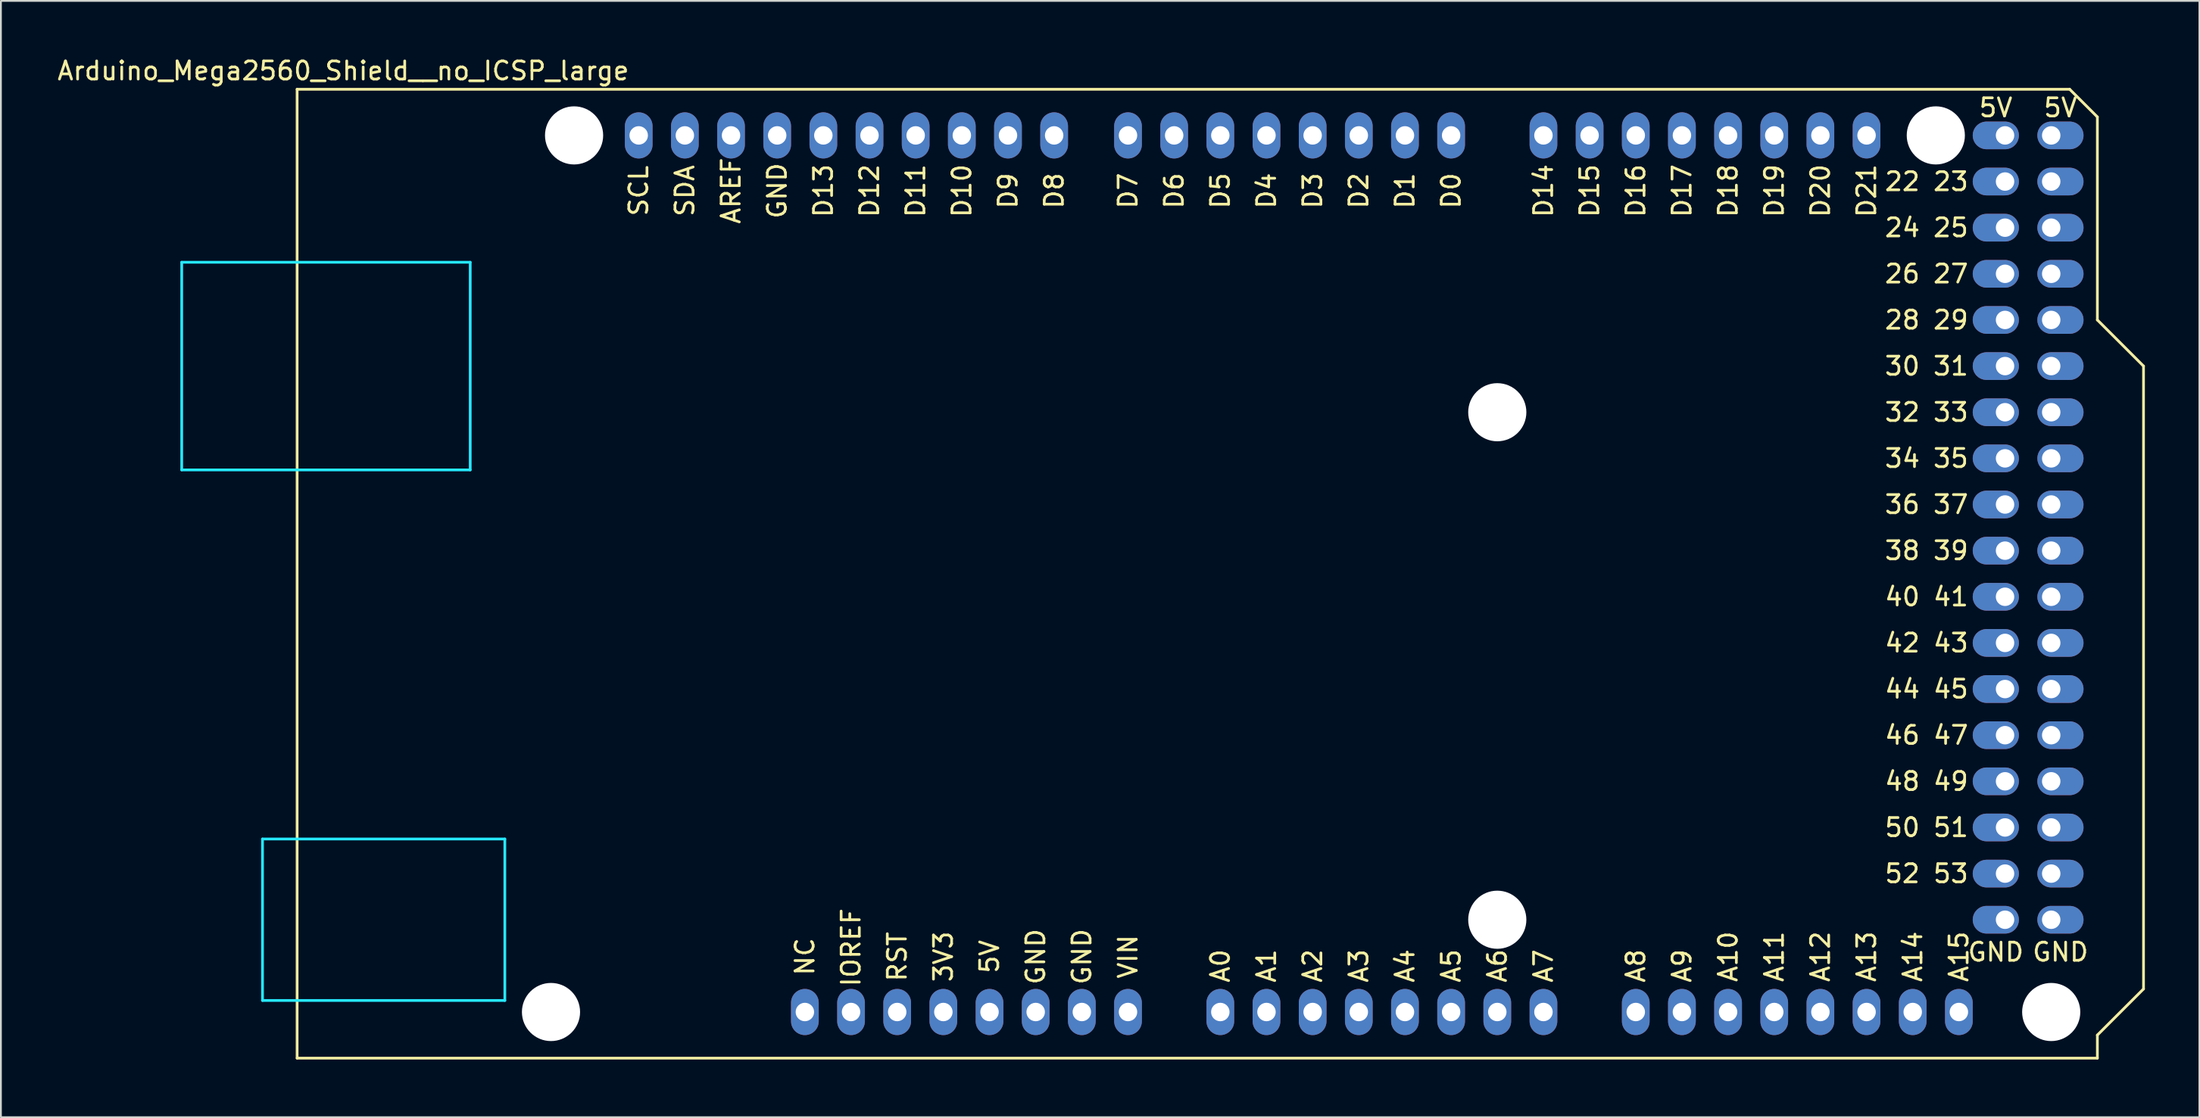
<source format=kicad_pcb>
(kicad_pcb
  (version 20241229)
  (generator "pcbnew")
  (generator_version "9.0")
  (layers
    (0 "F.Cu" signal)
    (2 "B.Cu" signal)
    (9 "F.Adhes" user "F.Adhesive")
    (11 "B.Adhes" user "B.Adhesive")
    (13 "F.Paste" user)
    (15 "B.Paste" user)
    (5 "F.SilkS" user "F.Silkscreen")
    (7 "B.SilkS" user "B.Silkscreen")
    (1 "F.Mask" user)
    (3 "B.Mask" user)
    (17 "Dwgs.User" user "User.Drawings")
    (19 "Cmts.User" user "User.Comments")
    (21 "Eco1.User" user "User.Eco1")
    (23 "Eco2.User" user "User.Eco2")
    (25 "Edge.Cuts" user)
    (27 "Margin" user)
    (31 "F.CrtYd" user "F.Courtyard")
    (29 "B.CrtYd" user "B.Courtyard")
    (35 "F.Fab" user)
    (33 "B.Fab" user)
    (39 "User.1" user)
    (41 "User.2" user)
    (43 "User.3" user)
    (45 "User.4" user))
  (footprint "Arduino_Mega2560_Shield__no_ICSP_large"
    (layer "F.Cu")
    (at 13.299 55.204)
    (property "Reference" "Arduino_Mega2560_Shield__no_ICSP_large" (at 2.54 -54.356 0) (layer "F.SilkS") (effects (font (size 1 1) (thickness 0.15))))
    (attr through_hole)
    (fp_line (start 0 -53.34) (end 0 0) (stroke (width 0.15) (type solid)) (layer "F.SilkS"))
    (fp_line (start 0 -53.34) (end 97.536 -53.34) (stroke (width 0.15) (type solid)) (layer "F.SilkS"))
    (fp_line (start 0 0) (end 99.06 0) (stroke (width 0.15) (type solid)) (layer "F.SilkS"))
    (fp_line (start 97.536 -53.34) (end 99.06 -51.816) (stroke (width 0.15) (type solid)) (layer "F.SilkS"))
    (fp_line (start 99.06 -40.64) (end 99.06 -51.816) (stroke (width 0.15) (type solid)) (layer "F.SilkS"))
    (fp_line (start 99.06 -1.27) (end 101.6 -3.81) (stroke (width 0.15) (type solid)) (layer "F.SilkS"))
    (fp_line (start 99.06 0) (end 99.06 -1.27) (stroke (width 0.15) (type solid)) (layer "F.SilkS"))
    (fp_line (start 101.6 -38.1) (end 99.06 -40.64) (stroke (width 0.15) (type solid)) (layer "F.SilkS"))
    (fp_line (start 101.6 -3.81) (end 101.6 -38.1) (stroke (width 0.15) (type solid)) (layer "F.SilkS"))
    (fp_line (start -6.35 -43.815) (end -6.35 -32.385) (stroke (width 0.15) (type solid)) (layer "B.CrtYd"))
    (fp_line (start -1.905 -12.065) (end -1.905 -3.175) (stroke (width 0.15) (type solid)) (layer "B.CrtYd"))
    (fp_line (start -1.905 -12.065) (end 11.43 -12.065) (stroke (width 0.15) (type solid)) (layer "B.CrtYd"))
    (fp_line (start -1.905 -3.175) (end 11.43 -3.175) (stroke (width 0.15) (type solid)) (layer "B.CrtYd"))
    (fp_line (start 9.525 -43.815) (end -6.35 -43.815) (stroke (width 0.15) (type solid)) (layer "B.CrtYd"))
    (fp_line (start 9.525 -43.815) (end 9.525 -32.385) (stroke (width 0.15) (type solid)) (layer "B.CrtYd"))
    (fp_line (start 9.525 -32.385) (end -6.35 -32.385) (stroke (width 0.15) (type solid)) (layer "B.CrtYd"))
    (fp_line (start 11.43 -12.065) (end 11.43 -3.175) (stroke (width 0.15) (type solid)) (layer "B.CrtYd"))
    (fp_text user "30 31" (at 89.662 -38.1 0) (layer "F.SilkS") (effects (font (size 1 1) (thickness 0.15))))
    (fp_text user "AREF" (at 23.876 -47.752 90) (layer "F.SilkS") (effects (font (size 1 1) (thickness 0.15))))
    (fp_text user "A1" (at 53.34 -5.08 90) (layer "F.SilkS") (effects (font (size 1 1) (thickness 0.15))))
    (fp_text user "44 45" (at 89.662 -20.32 0) (layer "F.SilkS") (effects (font (size 1 1) (thickness 0.15))))
    (fp_text user "SDA" (at 21.336 -47.752 90) (layer "F.SilkS") (effects (font (size 1 1) (thickness 0.15))))
    (fp_text user "28 29" (at 89.662 -40.64 0) (layer "F.SilkS") (effects (font (size 1 1) (thickness 0.15))))
    (fp_text user "GND" (at 40.64 -5.588 90) (layer "F.SilkS") (effects (font (size 1 1) (thickness 0.15))))
    (fp_text user "IOREF" (at 30.48 -6.096 90) (layer "F.SilkS") (effects (font (size 1 1) (thickness 0.15))))
    (fp_text user "3V3" (at 35.56 -5.588 90) (layer "F.SilkS") (effects (font (size 1 1) (thickness 0.15))))
    (fp_text user "GND" (at 97.028 -5.842 0) (layer "F.SilkS") (effects (font (size 1 1) (thickness 0.15))))
    (fp_text user "A4" (at 60.96 -5.08 90) (layer "F.SilkS") (effects (font (size 1 1) (thickness 0.15))))
    (fp_text user "D1" (at 60.96 -47.752 90) (layer "F.SilkS") (effects (font (size 1 1) (thickness 0.15))))
    (fp_text user "A7" (at 68.58 -5.08 90) (layer "F.SilkS") (effects (font (size 1 1) (thickness 0.15))))
    (fp_text user "A10" (at 78.74 -5.588 90) (layer "F.SilkS") (effects (font (size 1 1) (thickness 0.15))))
    (fp_text user "D11" (at 34.036 -47.752 90) (layer "F.SilkS") (effects (font (size 1 1) (thickness 0.15))))
    (fp_text user "D9" (at 39.116 -47.752 90) (layer "F.SilkS") (effects (font (size 1 1) (thickness 0.15))))
    (fp_text user "D16" (at 73.66 -47.752 90) (layer "F.SilkS") (effects (font (size 1 1) (thickness 0.15))))
    (fp_text user "D2" (at 58.42 -47.752 90) (layer "F.SilkS") (effects (font (size 1 1) (thickness 0.15))))
    (fp_text user "A8" (at 73.66 -5.08 90) (layer "F.SilkS") (effects (font (size 1 1) (thickness 0.15))))
    (fp_text user "46 47" (at 89.662 -17.78 0) (layer "F.SilkS") (effects (font (size 1 1) (thickness 0.15))))
    (fp_text user "5V" (at 93.472 -52.324 0) (layer "F.SilkS") (effects (font (size 1 1) (thickness 0.15))))
    (fp_text user "A5" (at 63.5 -5.08 90) (layer "F.SilkS") (effects (font (size 1 1) (thickness 0.15))))
    (fp_text user "A9" (at 76.2 -5.08 90) (layer "F.SilkS") (effects (font (size 1 1) (thickness 0.15))))
    (fp_text user "A14" (at 88.9 -5.588 90) (layer "F.SilkS") (effects (font (size 1 1) (thickness 0.15))))
    (fp_text user "D13" (at 28.956 -47.752 90) (layer "F.SilkS") (effects (font (size 1 1) (thickness 0.15))))
    (fp_text user "A13" (at 86.36 -5.588 90) (layer "F.SilkS") (effects (font (size 1 1) (thickness 0.15))))
    (fp_text user "24 25" (at 89.662 -45.72 0) (layer "F.SilkS") (effects (font (size 1 1) (thickness 0.15))))
    (fp_text user "A15" (at 91.44 -5.588 90) (layer "F.SilkS") (effects (font (size 1 1) (thickness 0.15))))
    (fp_text user "D7" (at 45.72 -47.752 90) (layer "F.SilkS") (effects (font (size 1 1) (thickness 0.15))))
    (fp_text user "5V" (at 38.1 -5.588 90) (layer "F.SilkS") (effects (font (size 1 1) (thickness 0.15))))
    (fp_text user "D18" (at 78.74 -47.752 90) (layer "F.SilkS") (effects (font (size 1 1) (thickness 0.15))))
    (fp_text user "D14" (at 68.58 -47.752 90) (layer "F.SilkS") (effects (font (size 1 1) (thickness 0.15))))
    (fp_text user "GND" (at 26.416 -47.752 90) (layer "F.SilkS") (effects (font (size 1 1) (thickness 0.15))))
    (fp_text user "A2" (at 55.88 -5.08 90) (layer "F.SilkS") (effects (font (size 1 1) (thickness 0.15))))
    (fp_text user "SCL" (at 18.796 -47.752 90) (layer "F.SilkS") (effects (font (size 1 1) (thickness 0.15))))
    (fp_text user "52 53" (at 89.662 -10.16 0) (layer "F.SilkS") (effects (font (size 1 1) (thickness 0.15))))
    (fp_text user "GND" (at 43.18 -5.588 90) (layer "F.SilkS") (effects (font (size 1 1) (thickness 0.15))))
    (fp_text user "48 49" (at 89.662 -15.24 0) (layer "F.SilkS") (effects (font (size 1 1) (thickness 0.15))))
    (fp_text user "50 51" (at 89.662 -12.7 0) (layer "F.SilkS") (effects (font (size 1 1) (thickness 0.15))))
    (fp_text user "32 33" (at 89.662 -35.56 0) (layer "F.SilkS") (effects (font (size 1 1) (thickness 0.15))))
    (fp_text user "D21" (at 86.36 -47.752 90) (layer "F.SilkS") (effects (font (size 1 1) (thickness 0.15))))
    (fp_text user "D10" (at 36.576 -47.752 90) (layer "F.SilkS") (effects (font (size 1 1) (thickness 0.15))))
    (fp_text user "A11" (at 81.28 -5.588 90) (layer "F.SilkS") (effects (font (size 1 1) (thickness 0.15))))
    (fp_text user "NC" (at 27.94 -5.588 90) (layer "F.SilkS") (effects (font (size 1 1) (thickness 0.15))))
    (fp_text user "D19" (at 81.28 -47.752 90) (layer "F.SilkS") (effects (font (size 1 1) (thickness 0.15))))
    (fp_text user "5V" (at 97.028 -52.324 0) (layer "F.SilkS") (effects (font (size 1 1) (thickness 0.15))))
    (fp_text user "D0" (at 63.5 -47.752 90) (layer "F.SilkS") (effects (font (size 1 1) (thickness 0.15))))
    (fp_text user "VIN" (at 45.72 -5.588 90) (layer "F.SilkS") (effects (font (size 1 1) (thickness 0.15))))
    (fp_text user "D5" (at 50.8 -47.752 90) (layer "F.SilkS") (effects (font (size 1 1) (thickness 0.15))))
    (fp_text user "A6" (at 66.04 -5.08 90) (layer "F.SilkS") (effects (font (size 1 1) (thickness 0.15))))
    (fp_text user "40 41" (at 89.662 -25.4 0) (layer "F.SilkS") (effects (font (size 1 1) (thickness 0.15))))
    (fp_text user "36 37" (at 89.662 -30.48 0) (layer "F.SilkS") (effects (font (size 1 1) (thickness 0.15))))
    (fp_text user "D15" (at 71.12 -47.752 90) (layer "F.SilkS") (effects (font (size 1 1) (thickness 0.15))))
    (fp_text user "26 27" (at 89.662 -43.18 0) (layer "F.SilkS") (effects (font (size 1 1) (thickness 0.15))))
    (fp_text user "D3" (at 55.88 -47.752 90) (layer "F.SilkS") (effects (font (size 1 1) (thickness 0.15))))
    (fp_text user "A12" (at 83.82 -5.588 90) (layer "F.SilkS") (effects (font (size 1 1) (thickness 0.15))))
    (fp_text user "34 35" (at 89.662 -33.02 0) (layer "F.SilkS") (effects (font (size 1 1) (thickness 0.15))))
    (fp_text user "D12" (at 31.496 -47.752 90) (layer "F.SilkS") (effects (font (size 1 1) (thickness 0.15))))
    (fp_text user "D4" (at 53.34 -47.752 90) (layer "F.SilkS") (effects (font (size 1 1) (thickness 0.15))))
    (fp_text user "D20" (at 83.82 -47.752 90) (layer "F.SilkS") (effects (font (size 1 1) (thickness 0.15))))
    (fp_text user "42 43" (at 89.662 -22.86 0) (layer "F.SilkS") (effects (font (size 1 1) (thickness 0.15))))
    (fp_text user "A0" (at 50.8 -5.08 90) (layer "F.SilkS") (effects (font (size 1 1) (thickness 0.15))))
    (fp_text user "22 23" (at 89.662 -48.26 0) (layer "F.SilkS") (effects (font (size 1 1) (thickness 0.15))))
    (fp_text user "GND" (at 93.472 -5.842 0) (layer "F.SilkS") (effects (font (size 1 1) (thickness 0.15))))
    (fp_text user "D17" (at 76.2 -47.752 90) (layer "F.SilkS") (effects (font (size 1 1) (thickness 0.15))))
    (fp_text user "38 39" (at 89.662 -27.94 0) (layer "F.SilkS") (effects (font (size 1 1) (thickness 0.15))))
    (fp_text user "D6" (at 48.26 -47.752 90) (layer "F.SilkS") (effects (font (size 1 1) (thickness 0.15))))
    (fp_text user "A3" (at 58.42 -5.08 90) (layer "F.SilkS") (effects (font (size 1 1) (thickness 0.15))))
    (fp_text user "D8" (at 41.656 -47.752 90) (layer "F.SilkS") (effects (font (size 1 1) (thickness 0.15))))
    (fp_text user "RST" (at 33.02 -5.588 90) (layer "F.SilkS") (effects (font (size 1 1) (thickness 0.15))))
    (pad "" np_thru_hole circle (at 13.97 -2.54) (size 3.2 3.2) (drill 3.2) (layers "*.Cu" "*.Mask"))
    (pad "" np_thru_hole circle (at 15.24 -50.8) (size 3.2 3.2) (drill 3.2) (layers "*.Cu" "*.Mask"))
    (pad "" np_thru_hole circle (at 66.04 -35.56) (size 3.2 3.2) (drill 3.2) (layers "*.Cu" "*.Mask"))
    (pad "" np_thru_hole circle (at 66.04 -7.62) (size 3.2 3.2) (drill 3.2) (layers "*.Cu" "*.Mask"))
    (pad "" np_thru_hole circle (at 90.17 -50.8) (size 3.2 3.2) (drill 3.2) (layers "*.Cu" "*.Mask"))
    (pad "" np_thru_hole circle (at 96.52 -2.54) (size 3.2 3.2) (drill 3.2) (layers "*.Cu" "*.Mask"))
    (pad "1" thru_hole oval (at 53.34 -50.8) (size 1.524 2.54) (drill 1.016) (layers "*.Cu" "*.Mask"))
    (pad "2" thru_hole oval (at 63.5 -50.8) (size 1.524 2.54) (drill 1.016) (layers "*.Cu" "*.Mask"))
    (pad "3" thru_hole oval (at 60.96 -50.8) (size 1.524 2.54) (drill 1.016) (layers "*.Cu" "*.Mask"))
    (pad "3V3" thru_hole oval (at 35.56 -2.54) (size 1.524 2.54) (drill 1.016) (layers "*.Cu" "*.Mask"))
    (pad "5" thru_hole oval (at 50.8 -50.8) (size 1.524 2.54) (drill 1.016) (layers "*.Cu" "*.Mask"))
    (pad "6" thru_hole oval (at 58.42 -50.8) (size 1.524 2.54) (drill 1.016) (layers "*.Cu" "*.Mask"))
    (pad "7" thru_hole oval (at 55.88 -50.8) (size 1.524 2.54) (drill 1.016) (layers "*.Cu" "*.Mask"))
    (pad "10" thru_hole oval (at 38.1 -2.54) (size 1.524 2.54) (drill 1.016) (layers "*.Cu" "*.Mask"))
    (pad "11" thru_hole oval (at 26.416 -50.8) (size 1.524 2.54) (drill 1.016) (layers "*.Cu" "*.Mask"))
    (pad "12" thru_hole oval (at 76.2 -50.8) (size 1.524 2.54) (drill 1.016) (layers "*.Cu" "*.Mask"))
    (pad "13" thru_hole oval (at 73.66 -50.8) (size 1.524 2.54) (drill 1.016) (layers "*.Cu" "*.Mask"))
    (pad "15" thru_hole oval (at 48.26 -50.8) (size 1.524 2.54) (drill 1.016) (layers "*.Cu" "*.Mask"))
    (pad "16" thru_hole oval (at 45.72 -50.8) (size 1.524 2.54) (drill 1.016) (layers "*.Cu" "*.Mask"))
    (pad "17" thru_hole oval (at 41.656 -50.8) (size 1.524 2.54) (drill 1.016) (layers "*.Cu" "*.Mask"))
    (pad "18" thru_hole oval (at 39.116 -50.8) (size 1.524 2.54) (drill 1.016) (layers "*.Cu" "*.Mask"))
    (pad "19" thru_hole oval (at 96.52 -10.16) (size 2.54 1.524) (drill 1.016 (offset 0.508 0)) (layers "*.Cu" "*.Mask"))
    (pad "20" thru_hole oval (at 93.98 -10.16) (size 2.54 1.524) (drill 1.016 (offset -0.508 0)) (layers "*.Cu" "*.Mask"))
    (pad "21" thru_hole oval (at 96.52 -12.7) (size 2.54 1.524) (drill 1.016 (offset 0.508 0)) (layers "*.Cu" "*.Mask"))
    (pad "22" thru_hole oval (at 93.98 -12.7) (size 2.54 1.524) (drill 1.016 (offset -0.508 0)) (layers "*.Cu" "*.Mask"))
    (pad "23" thru_hole oval (at 36.576 -50.8) (size 1.524 2.54) (drill 1.016) (layers "*.Cu" "*.Mask"))
    (pad "24" thru_hole oval (at 34.036 -50.8) (size 1.524 2.54) (drill 1.016) (layers "*.Cu" "*.Mask"))
    (pad "25" thru_hole oval (at 31.496 -50.8) (size 1.524 2.54) (drill 1.016) (layers "*.Cu" "*.Mask"))
    (pad "26" thru_hole oval (at 28.956 -50.8) (size 1.524 2.54) (drill 1.016) (layers "*.Cu" "*.Mask"))
    (pad "30" thru_hole oval (at 33.02 -2.54) (size 1.524 2.54) (drill 1.016) (layers "*.Cu" "*.Mask"))
    (pad "31" thru_hole oval (at 93.98 -50.8) (size 2.54 1.524) (drill 1.016 (offset -0.508 0)) (layers "*.Cu" "*.Mask"))
    (pad "32" thru_hole oval (at 40.64 -2.54) (size 1.524 2.54) (drill 1.016) (layers "*.Cu" "*.Mask"))
    (pad "35" thru_hole oval (at 96.52 -15.24) (size 2.54 1.524) (drill 1.016 (offset 0.508 0)) (layers "*.Cu" "*.Mask"))
    (pad "36" thru_hole oval (at 93.98 -15.24) (size 2.54 1.524) (drill 1.016 (offset -0.508 0)) (layers "*.Cu" "*.Mask"))
    (pad "37" thru_hole oval (at 96.52 -17.78) (size 2.54 1.524) (drill 1.016 (offset 0.508 0)) (layers "*.Cu" "*.Mask"))
    (pad "38" thru_hole oval (at 93.98 -17.78) (size 2.54 1.524) (drill 1.016 (offset -0.508 0)) (layers "*.Cu" "*.Mask"))
    (pad "39" thru_hole oval (at 96.52 -20.32) (size 2.54 1.524) (drill 1.016 (offset 0.508 0)) (layers "*.Cu" "*.Mask"))
    (pad "40" thru_hole oval (at 93.98 -20.32) (size 2.54 1.524) (drill 1.016 (offset -0.508 0)) (layers "*.Cu" "*.Mask"))
    (pad "41" thru_hole oval (at 96.52 -22.86) (size 2.54 1.524) (drill 1.016 (offset 0.508 0)) (layers "*.Cu" "*.Mask"))
    (pad "42" thru_hole oval (at 93.98 -22.86) (size 2.54 1.524) (drill 1.016 (offset -0.508 0)) (layers "*.Cu" "*.Mask"))
    (pad "43" thru_hole oval (at 86.36 -50.8) (size 1.524 2.54) (drill 1.016) (layers "*.Cu" "*.Mask"))
    (pad "44" thru_hole oval (at 83.82 -50.8) (size 1.524 2.54) (drill 1.016) (layers "*.Cu" "*.Mask"))
    (pad "45" thru_hole oval (at 81.28 -50.8) (size 1.524 2.54) (drill 1.016) (layers "*.Cu" "*.Mask"))
    (pad "46" thru_hole oval (at 78.74 -50.8) (size 1.524 2.54) (drill 1.016) (layers "*.Cu" "*.Mask"))
    (pad "50" thru_hole oval (at 93.98 -27.94) (size 2.54 1.524) (drill 1.016 (offset -0.508 0)) (layers "*.Cu" "*.Mask"))
    (pad "51" thru_hole oval (at 96.52 -25.4) (size 2.54 1.524) (drill 1.016 (offset 0.508 0)) (layers "*.Cu" "*.Mask"))
    (pad "52" thru_hole oval (at 93.98 -25.4) (size 2.54 1.524) (drill 1.016 (offset -0.508 0)) (layers "*.Cu" "*.Mask"))
    (pad "53" thru_hole oval (at 96.52 -30.48) (size 2.54 1.524) (drill 1.016 (offset 0.508 0)) (layers "*.Cu" "*.Mask"))
    (pad "54" thru_hole oval (at 93.98 -30.48) (size 2.54 1.524) (drill 1.016 (offset -0.508 0)) (layers "*.Cu" "*.Mask"))
    (pad "55" thru_hole oval (at 96.52 -33.02) (size 2.54 1.524) (drill 1.016 (offset 0.508 0)) (layers "*.Cu" "*.Mask"))
    (pad "56" thru_hole oval (at 93.98 -33.02) (size 2.54 1.524) (drill 1.016 (offset -0.508 0)) (layers "*.Cu" "*.Mask"))
    (pad "57" thru_hole oval (at 96.52 -35.56) (size 2.54 1.524) (drill 1.016 (offset 0.508 0)) (layers "*.Cu" "*.Mask"))
    (pad "58" thru_hole oval (at 93.98 -35.56) (size 2.54 1.524) (drill 1.016 (offset -0.508 0)) (layers "*.Cu" "*.Mask"))
    (pad "59" thru_hole oval (at 96.52 -38.1) (size 2.54 1.524) (drill 1.016 (offset 0.508 0)) (layers "*.Cu" "*.Mask"))
    (pad "60" thru_hole oval (at 93.98 -38.1) (size 2.54 1.524) (drill 1.016 (offset -0.508 0)) (layers "*.Cu" "*.Mask"))
    (pad "61" thru_hole oval (at 96.52 -50.8) (size 2.54 1.524) (drill 1.016 (offset 0.508 0)) (layers "*.Cu" "*.Mask"))
    (pad "62" thru_hole oval (at 43.18 -2.54) (size 1.524 2.54) (drill 1.016) (layers "*.Cu" "*.Mask"))
    (pad "63" thru_hole oval (at 71.12 -50.8) (size 1.524 2.54) (drill 1.016) (layers "*.Cu" "*.Mask"))
    (pad "64" thru_hole oval (at 68.58 -50.8) (size 1.524 2.54) (drill 1.016) (layers "*.Cu" "*.Mask"))
    (pad "70" thru_hole oval (at 96.52 -27.94) (size 2.54 1.524) (drill 1.016 (offset 0.508 0)) (layers "*.Cu" "*.Mask"))
    (pad "71" thru_hole oval (at 96.52 -40.64) (size 2.54 1.524) (drill 1.016 (offset 0.508 0)) (layers "*.Cu" "*.Mask"))
    (pad "72" thru_hole oval (at 93.98 -40.64) (size 2.54 1.524) (drill 1.016 (offset -0.508 0)) (layers "*.Cu" "*.Mask"))
    (pad "73" thru_hole oval (at 96.52 -43.18) (size 2.54 1.524) (drill 1.016 (offset 0.508 0)) (layers "*.Cu" "*.Mask"))
    (pad "74" thru_hole oval (at 93.98 -43.18) (size 2.54 1.524) (drill 1.016 (offset -0.508 0)) (layers "*.Cu" "*.Mask"))
    (pad "75" thru_hole oval (at 96.52 -45.72) (size 2.54 1.524) (drill 1.016 (offset 0.508 0)) (layers "*.Cu" "*.Mask"))
    (pad "76" thru_hole oval (at 93.98 -45.72) (size 2.54 1.524) (drill 1.016 (offset -0.508 0)) (layers "*.Cu" "*.Mask"))
    (pad "77" thru_hole oval (at 96.52 -48.26) (size 2.54 1.524) (drill 1.016 (offset 0.508 0)) (layers "*.Cu" "*.Mask"))
    (pad "78" thru_hole oval (at 93.98 -48.26) (size 2.54 1.524) (drill 1.016 (offset -0.508 0)) (layers "*.Cu" "*.Mask"))
    (pad "81" thru_hole oval (at 93.98 -7.62) (size 2.54 1.524) (drill 1.016 (offset -0.508 0)) (layers "*.Cu" "*.Mask"))
    (pad "82" thru_hole oval (at 91.44 -2.54) (size 1.524 2.54) (drill 1.016) (layers "*.Cu" "*.Mask"))
    (pad "83" thru_hole oval (at 88.9 -2.54) (size 1.524 2.54) (drill 1.016) (layers "*.Cu" "*.Mask"))
    (pad "84" thru_hole oval (at 86.36 -2.54) (size 1.524 2.54) (drill 1.016) (layers "*.Cu" "*.Mask"))
    (pad "85" thru_hole oval (at 83.82 -2.54) (size 1.524 2.54) (drill 1.016) (layers "*.Cu" "*.Mask"))
    (pad "86" thru_hole oval (at 81.28 -2.54) (size 1.524 2.54) (drill 1.016) (layers "*.Cu" "*.Mask"))
    (pad "87" thru_hole oval (at 78.74 -2.54) (size 1.524 2.54) (drill 1.016) (layers "*.Cu" "*.Mask"))
    (pad "88" thru_hole oval (at 76.2 -2.54) (size 1.524 2.54) (drill 1.016) (layers "*.Cu" "*.Mask"))
    (pad "89" thru_hole oval (at 73.66 -2.54) (size 1.524 2.54) (drill 1.016) (layers "*.Cu" "*.Mask"))
    (pad "90" thru_hole oval (at 68.58 -2.54) (size 1.524 2.54) (drill 1.016) (layers "*.Cu" "*.Mask"))
    (pad "91" thru_hole oval (at 66.04 -2.54) (size 1.524 2.54) (drill 1.016) (layers "*.Cu" "*.Mask"))
    (pad "92" thru_hole oval (at 63.5 -2.54) (size 1.524 2.54) (drill 1.016) (layers "*.Cu" "*.Mask"))
    (pad "93" thru_hole oval (at 60.96 -2.54) (size 1.524 2.54) (drill 1.016) (layers "*.Cu" "*.Mask"))
    (pad "94" thru_hole oval (at 58.42 -2.54) (size 1.524 2.54) (drill 1.016) (layers "*.Cu" "*.Mask"))
    (pad "95" thru_hole oval (at 55.88 -2.54) (size 1.524 2.54) (drill 1.016) (layers "*.Cu" "*.Mask"))
    (pad "96" thru_hole oval (at 53.34 -2.54) (size 1.524 2.54) (drill 1.016) (layers "*.Cu" "*.Mask"))
    (pad "97" thru_hole oval (at 50.8 -2.54) (size 1.524 2.54) (drill 1.016) (layers "*.Cu" "*.Mask"))
    (pad "98" thru_hole oval (at 23.876 -50.8) (size 1.524 2.54) (drill 1.016) (layers "*.Cu" "*.Mask"))
    (pad "99" thru_hole oval (at 96.52 -7.62) (size 2.54 1.524) (drill 1.016 (offset 0.508 0)) (layers "*.Cu" "*.Mask"))
    (pad "100" thru_hole oval (at 45.72 -2.54) (size 1.524 2.54) (drill 1.016) (layers "*.Cu" "*.Mask"))
    (pad "IORF" thru_hole oval (at 30.48 -2.54) (size 1.524 2.54) (drill 1.016) (layers "*.Cu" "*.Mask"))
    (pad "NC" thru_hole oval (at 27.94 -2.54) (size 1.524 2.54) (drill 1.016) (layers "*.Cu" "*.Mask"))
    (pad "SCL" thru_hole oval (at 18.796 -50.8) (size 1.524 2.54) (drill 1.016) (layers "*.Cu" "*.Mask"))
    (pad "SDA" thru_hole oval (at 21.336 -50.8) (size 1.524 2.54) (drill 1.016) (layers "*.Cu" "*.Mask")))
  (gr_rect
    (start -3 -3)
    (end 117.974 58.454)
    (stroke (width 0.1) (type default))
    (fill no)
    (layer "Edge.Cuts")))
</source>
